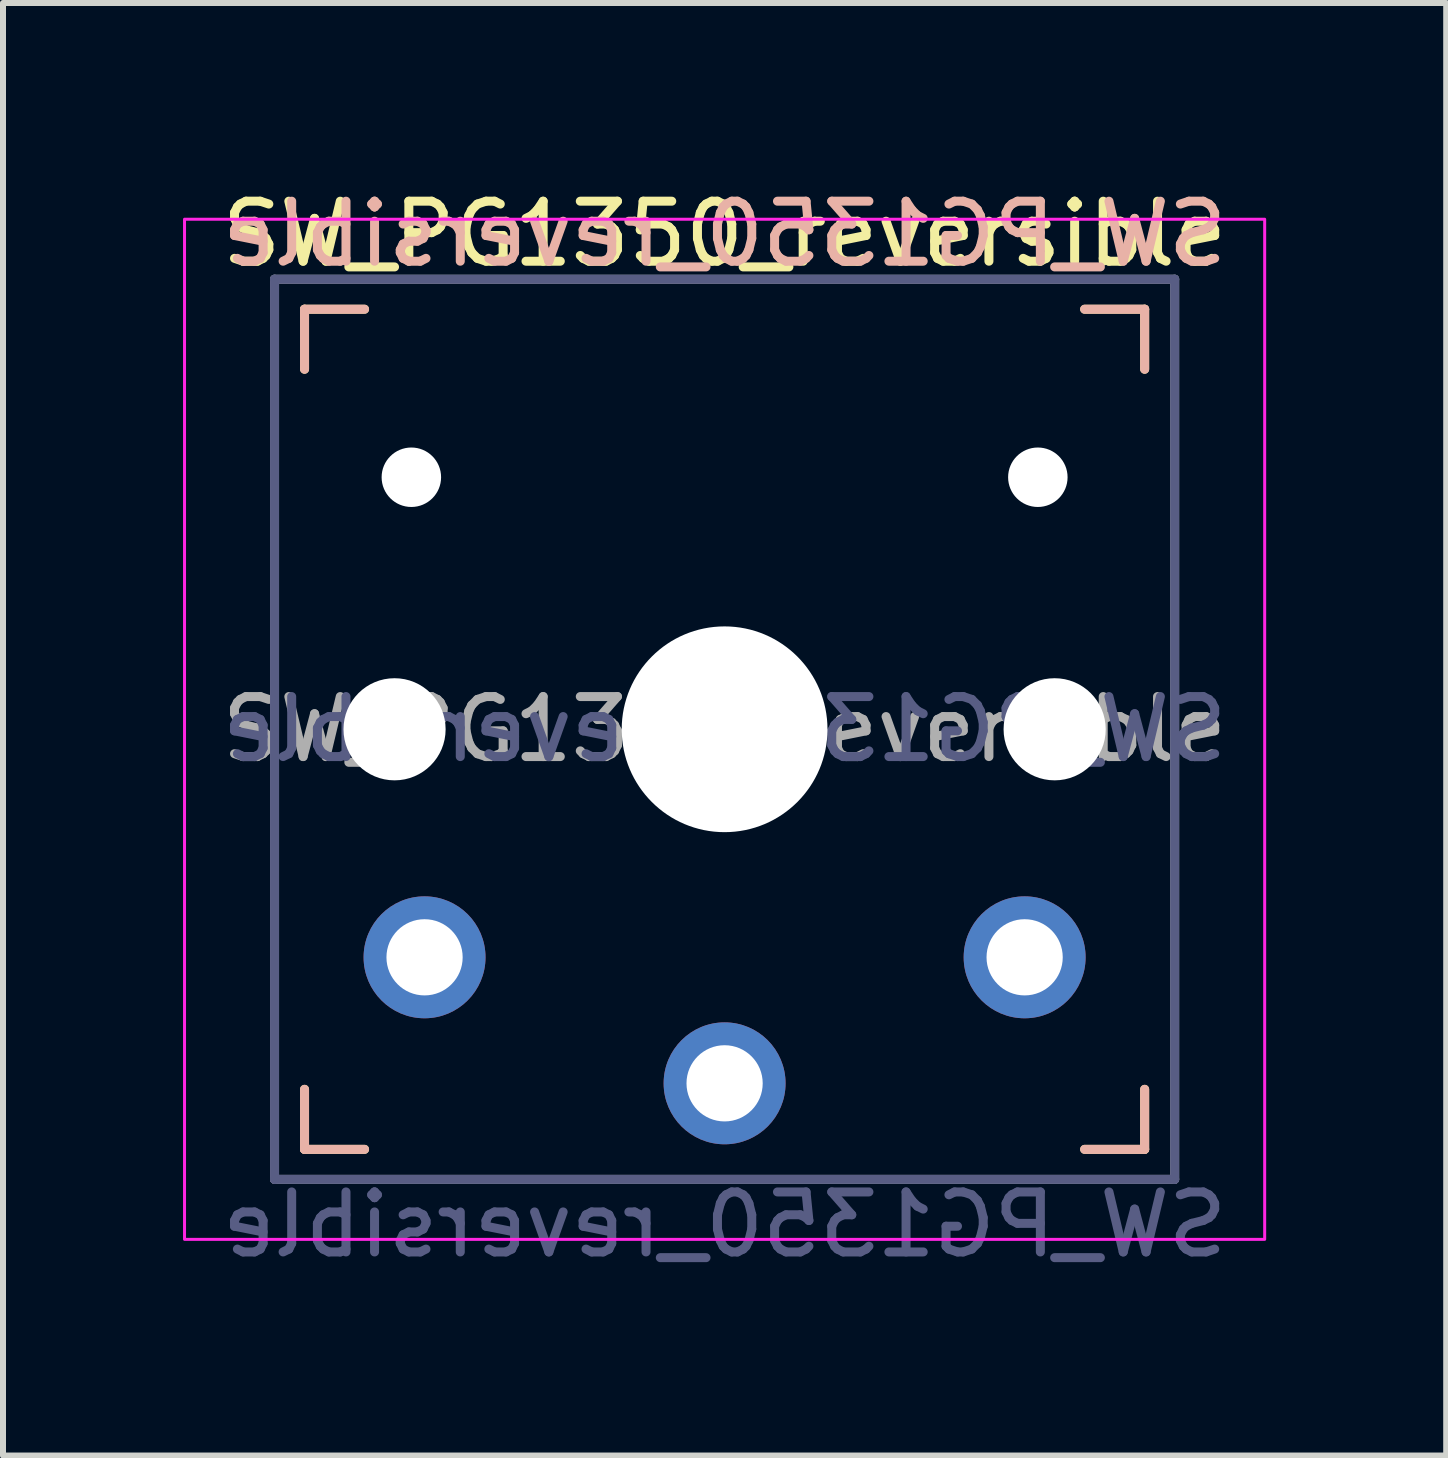
<source format=kicad_pcb>
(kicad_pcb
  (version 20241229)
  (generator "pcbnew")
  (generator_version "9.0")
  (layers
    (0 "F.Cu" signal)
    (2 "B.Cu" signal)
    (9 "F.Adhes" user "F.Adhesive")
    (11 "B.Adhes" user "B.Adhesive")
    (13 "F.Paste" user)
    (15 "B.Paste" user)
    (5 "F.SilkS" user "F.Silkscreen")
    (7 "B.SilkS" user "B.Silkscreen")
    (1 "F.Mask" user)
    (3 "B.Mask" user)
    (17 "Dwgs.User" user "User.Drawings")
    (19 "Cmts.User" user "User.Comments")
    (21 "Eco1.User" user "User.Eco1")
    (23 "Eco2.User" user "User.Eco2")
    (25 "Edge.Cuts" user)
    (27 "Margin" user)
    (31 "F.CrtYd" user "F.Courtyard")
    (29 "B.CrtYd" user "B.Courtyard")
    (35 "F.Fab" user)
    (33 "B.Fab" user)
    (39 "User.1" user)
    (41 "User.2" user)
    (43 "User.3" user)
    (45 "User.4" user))
  (footprint "SW_PG1350_reversible"
    (layer "F.Cu")
    (at 9.025 9.103)
    (property "Reference" "SW_PG1350_reversible" (at 0 -8.255 0) (layer "F.SilkS") (effects (font (size 1 1) (thickness 0.15))))
    (property "Value" "SW_PG1350_reversible" (at 0 8.255 0) (layer "F.Fab") (hide yes) (effects (font (size 1 1) (thickness 0.15))))
    (attr through_hole)
    (fp_line (start -7 -7) (end -6 -7) (stroke (width 0.15) (type solid)) (layer "F.SilkS"))
    (fp_line (start -7 -6) (end -7 -7) (stroke (width 0.15) (type solid)) (layer "F.SilkS"))
    (fp_line (start -7 7) (end -7 6) (stroke (width 0.15) (type solid)) (layer "F.SilkS"))
    (fp_line (start -6 7) (end -7 7) (stroke (width 0.15) (type solid)) (layer "F.SilkS"))
    (fp_line (start 6 -7) (end 7 -7) (stroke (width 0.15) (type solid)) (layer "F.SilkS"))
    (fp_line (start 7 -7) (end 7 -6) (stroke (width 0.15) (type solid)) (layer "F.SilkS"))
    (fp_line (start 7 6) (end 7 7) (stroke (width 0.15) (type solid)) (layer "F.SilkS"))
    (fp_line (start 7 7) (end 6 7) (stroke (width 0.15) (type solid)) (layer "F.SilkS"))
    (fp_line (start -7 -7) (end -6 -7) (stroke (width 0.15) (type solid)) (layer "B.SilkS"))
    (fp_line (start -7 -6) (end -7 -7) (stroke (width 0.15) (type solid)) (layer "B.SilkS"))
    (fp_line (start -7 7) (end -7 6) (stroke (width 0.15) (type solid)) (layer "B.SilkS"))
    (fp_line (start -6 7) (end -7 7) (stroke (width 0.15) (type solid)) (layer "B.SilkS"))
    (fp_line (start 6 -7) (end 7 -7) (stroke (width 0.15) (type solid)) (layer "B.SilkS"))
    (fp_line (start 7 -7) (end 7 -6) (stroke (width 0.15) (type solid)) (layer "B.SilkS"))
    (fp_line (start 7 6) (end 7 7) (stroke (width 0.15) (type solid)) (layer "B.SilkS"))
    (fp_line (start 7 7) (end 6 7) (stroke (width 0.15) (type solid)) (layer "B.SilkS"))
    (fp_line (start -6.9 6.9) (end -6.9 -6.9) (stroke (width 0.15) (type solid)) (layer "Eco2.User"))
    (fp_line (start -6.9 6.9) (end 6.9 6.9) (stroke (width 0.15) (type solid)) (layer "Eco2.User"))
    (fp_line (start -2.6 -3.1) (end -2.6 -6.3) (stroke (width 0.15) (type solid)) (layer "Eco2.User"))
    (fp_line (start -2.6 -3.1) (end 2.6 -3.1) (stroke (width 0.15) (type solid)) (layer "Eco2.User"))
    (fp_line (start 2.6 -6.3) (end -2.6 -6.3) (stroke (width 0.15) (type solid)) (layer "Eco2.User"))
    (fp_line (start 2.6 -3.1) (end 2.6 -6.3) (stroke (width 0.15) (type solid)) (layer "Eco2.User"))
    (fp_line (start 6.9 -6.9) (end -6.9 -6.9) (stroke (width 0.15) (type solid)) (layer "Eco2.User"))
    (fp_line (start 6.9 -6.9) (end 6.9 6.9) (stroke (width 0.15) (type solid)) (layer "Eco2.User"))
    (fp_rect (start -9 -8.5) (end 9 8.5) (stroke (width 0.05) (type default)) (fill no) (layer "F.CrtYd"))
    (fp_line (start -7.5 -7.5) (end 7.5 -7.5) (stroke (width 0.15) (type solid)) (layer "B.Fab"))
    (fp_line (start -7.5 7.5) (end -7.5 -7.5) (stroke (width 0.15) (type solid)) (layer "B.Fab"))
    (fp_line (start 7.5 -7.5) (end 7.5 7.5) (stroke (width 0.15) (type solid)) (layer "B.Fab"))
    (fp_line (start 7.5 7.5) (end -7.5 7.5) (stroke (width 0.15) (type solid)) (layer "B.Fab"))
    (fp_line (start -7.5 -7.5) (end 7.5 -7.5) (stroke (width 0.15) (type solid)) (layer "F.Fab"))
    (fp_line (start -7.5 7.5) (end -7.5 -7.5) (stroke (width 0.15) (type solid)) (layer "F.Fab"))
    (fp_line (start 7.5 -7.5) (end 7.5 7.5) (stroke (width 0.15) (type solid)) (layer "F.Fab"))
    (fp_line (start 7.5 7.5) (end -7.5 7.5) (stroke (width 0.15) (type solid)) (layer "F.Fab"))
    (fp_text user "${REFERENCE}" (at 0 -8.255 0) (layer "B.SilkS") (effects (font (size 1 1) (thickness 0.15)) (justify mirror)))
    (fp_text user "${VALUE}" (at 0 8.255 0) (layer "B.Fab") (effects (font (size 1 1) (thickness 0.15)) (justify mirror)))
    (fp_text user "${REFERENCE}" (at 0 0 0) (layer "B.Fab") (effects (font (size 1 1) (thickness 0.15)) (justify mirror)))
    (fp_text user "${REFERENCE}" (at 0 0 0) (layer "F.Fab") (effects (font (size 1 1) (thickness 0.15))))
    (pad "" np_thru_hole circle (at -5.5 0) (size 1.702 1.702) (drill 1.702) (layers "*.Cu" "*.Mask"))
    (pad "" np_thru_hole circle (at -5.22 -4.2) (size 0.991 0.991) (drill 0.991) (layers "*.Cu" "*.Mask"))
    (pad "" np_thru_hole circle (at 0 0) (size 3.429 3.429) (drill 3.429) (layers "*.Cu" "*.Mask"))
    (pad "" np_thru_hole circle (at 5.22 -4.2) (size 0.991 0.991) (drill 0.991) (layers "*.Cu" "*.Mask"))
    (pad "" np_thru_hole circle (at 5.5 0) (size 1.702 1.702) (drill 1.702) (layers "*.Cu" "*.Mask"))
    (pad "1" thru_hole circle (at 0 5.9) (size 2.032 2.032) (drill 1.27) (layers "*.Cu" "*.Mask"))
    (pad "2" thru_hole circle (at -5 3.8) (size 2.032 2.032) (drill 1.27) (layers "*.Cu" "*.Mask"))
    (pad "2" thru_hole circle (at 5 3.8) (size 2.032 2.032) (drill 1.27) (layers "*.Cu" "*.Mask")))
  (gr_rect
    (start -3 -3)
    (end 21.05 21.206)
    (stroke (width 0.1) (type default))
    (fill no)
    (layer "Edge.Cuts")))
</source>
